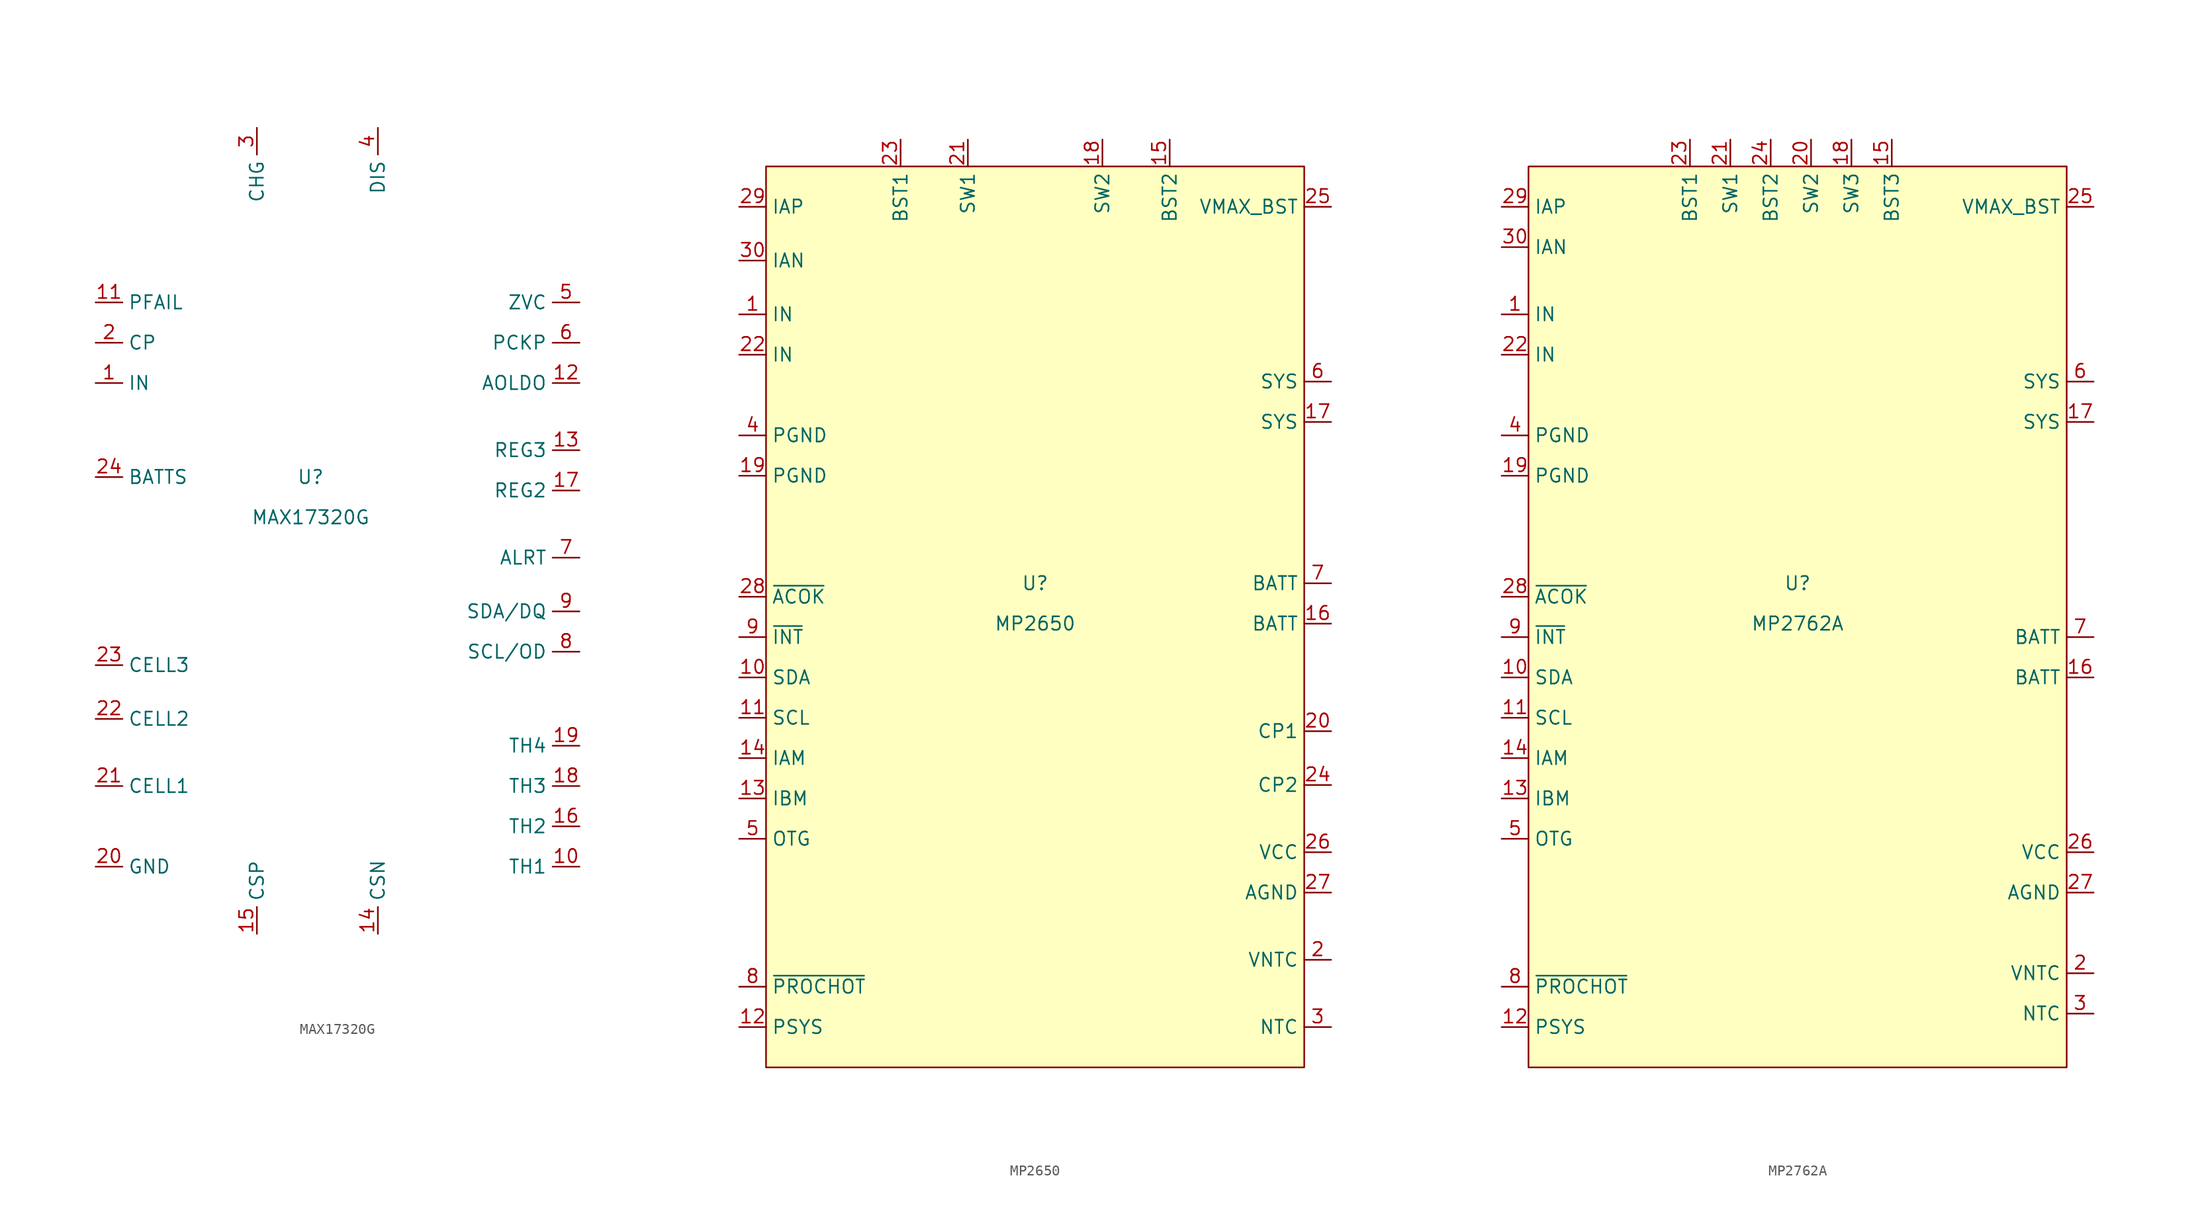
<source format=kicad_sym>
(kicad_symbol_lib
  (version 20220914)
  (generator kicad_symbol_editor)
  (symbol "MAX17320G"
    (property "Reference" "U"
      (at 0 3.81 0)
      (effects (font (size 1.27 1.27))))
    (property "Value" "MAX17320G"
      (at 0 0 0)
      (effects (font (size 1.27 1.27))))
    (symbol "MAX17320G_1_1"
      (pin power_in line (at -20.32 12.7 0) (length 2.54) (name "IN" (effects (font (size 1.27 1.27)))) (number "1" (effects (font (size 1.27 1.27)))))
      (pin input line (at 25.4 -33.02 180) (length 2.54) (name "TH1" (effects (font (size 1.27 1.27)))) (number "10" (effects (font (size 1.27 1.27)))))
      (pin input line (at -20.32 20.32 0) (length 2.54) (name "PFAIL" (effects (font (size 1.27 1.27)))) (number "11" (effects (font (size 1.27 1.27)))))
      (pin passive line (at 25.4 12.7 180) (length 2.54) (name "AOLDO" (effects (font (size 1.27 1.27)))) (number "12" (effects (font (size 1.27 1.27)))))
      (pin input line (at 25.4 6.35 180) (length 2.54) (name "REG3" (effects (font (size 1.27 1.27)))) (number "13" (effects (font (size 1.27 1.27)))))
      (pin input line (at 6.35 -39.37 90) (length 2.54) (name "CSN" (effects (font (size 1.27 1.27)))) (number "14" (effects (font (size 1.27 1.27)))))
      (pin input line (at -5.08 -39.37 90) (length 2.54) (name "CSP" (effects (font (size 1.27 1.27)))) (number "15" (effects (font (size 1.27 1.27)))))
      (pin input line (at 25.4 -29.21 180) (length 2.54) (name "TH2" (effects (font (size 1.27 1.27)))) (number "16" (effects (font (size 1.27 1.27)))))
      (pin input line (at 25.4 2.54 180) (length 2.54) (name "REG2" (effects (font (size 1.27 1.27)))) (number "17" (effects (font (size 1.27 1.27)))))
      (pin input line (at 25.4 -25.4 180) (length 2.54) (name "TH3" (effects (font (size 1.27 1.27)))) (number "18" (effects (font (size 1.27 1.27)))))
      (pin input line (at 25.4 -21.59 180) (length 2.54) (name "TH4" (effects (font (size 1.27 1.27)))) (number "19" (effects (font (size 1.27 1.27)))))
      (pin input line (at -20.32 16.51 0) (length 2.54) (name "CP" (effects (font (size 1.27 1.27)))) (number "2" (effects (font (size 1.27 1.27)))))
      (pin input line (at -20.32 -33.02 0) (length 2.54) (name "GND" (effects (font (size 1.27 1.27)))) (number "20" (effects (font (size 1.27 1.27)))))
      (pin input line (at -20.32 -25.4 0) (length 2.54) (name "CELL1" (effects (font (size 1.27 1.27)))) (number "21" (effects (font (size 1.27 1.27)))))
      (pin input line (at -20.32 -19.05 0) (length 2.54) (name "CELL2" (effects (font (size 1.27 1.27)))) (number "22" (effects (font (size 1.27 1.27)))))
      (pin input line (at -20.32 -13.97 0) (length 2.54) (name "CELL3" (effects (font (size 1.27 1.27)))) (number "23" (effects (font (size 1.27 1.27)))))
      (pin input line (at -20.32 3.81 0) (length 2.54) (name "BATTS" (effects (font (size 1.27 1.27)))) (number "24" (effects (font (size 1.27 1.27)))))
      (pin input line (at -5.08 36.83 270) (length 2.54) (name "CHG" (effects (font (size 1.27 1.27)))) (number "3" (effects (font (size 1.27 1.27)))))
      (pin input line (at 6.35 36.83 270) (length 2.54) (name "DIS" (effects (font (size 1.27 1.27)))) (number "4" (effects (font (size 1.27 1.27)))))
      (pin passive line (at 25.4 20.32 180) (length 2.54) (name "ZVC" (effects (font (size 1.27 1.27)))) (number "5" (effects (font (size 1.27 1.27)))))
      (pin passive line (at 25.4 16.51 180) (length 2.54) (name "PCKP" (effects (font (size 1.27 1.27)))) (number "6" (effects (font (size 1.27 1.27)))))
      (pin output line (at 25.4 -3.81 180) (length 2.54) (name "ALRT" (effects (font (size 1.27 1.27)))) (number "7" (effects (font (size 1.27 1.27)))))
      (pin input line (at 25.4 -12.7 180) (length 2.54) (name "SCL/OD" (effects (font (size 1.27 1.27)))) (number "8" (effects (font (size 1.27 1.27)))))
      (pin bidirectional line (at 25.4 -8.89 180) (length 2.54) (name "SDA/DQ" (effects (font (size 1.27 1.27)))) (number "9" (effects (font (size 1.27 1.27)))))))
  (symbol "MP2650"
    (property "Reference" "U"
      (at 0 2.54 0)
      (effects (font (size 1.27 1.27))))
    (property "Value" "MP2650"
      (at 0 -1.27 0)
      (effects (font (size 1.27 1.27))))
    (symbol "MP2650_0_1"
      (rectangle (start -25.4 41.91) (end 25.4 -43.18) (stroke (width 0) (type default)) (fill (type background))))
    (symbol "MP2650_1_1"
      (pin power_in line (at -27.94 27.94 0) (length 2.54) (name "IN" (effects (font (size 1.27 1.27)))) (number "1" (effects (font (size 1.27 1.27)))))
      (pin bidirectional line (at -27.94 -6.35 0) (length 2.54) (name "SDA" (effects (font (size 1.27 1.27)))) (number "10" (effects (font (size 1.27 1.27)))))
      (pin input line (at -27.94 -10.16 0) (length 2.54) (name "SCL" (effects (font (size 1.27 1.27)))) (number "11" (effects (font (size 1.27 1.27)))))
      (pin output line (at -27.94 -39.37 0) (length 2.54) (name "PSYS" (effects (font (size 1.27 1.27)))) (number "12" (effects (font (size 1.27 1.27)))))
      (pin output line (at -27.94 -17.78 0) (length 2.54) (name "IBM" (effects (font (size 1.27 1.27)))) (number "13" (effects (font (size 1.27 1.27)))))
      (pin output line (at -27.94 -13.97 0) (length 2.54) (name "IAM" (effects (font (size 1.27 1.27)))) (number "14" (effects (font (size 1.27 1.27)))))
      (pin input line (at 12.7 44.45 270) (length 2.54) (name "BST2" (effects (font (size 1.27 1.27)))) (number "15" (effects (font (size 1.27 1.27)))))
      (pin bidirectional line (at 27.94 -1.27 180) (length 2.54) (name "BATT" (effects (font (size 1.27 1.27)))) (number "16" (effects (font (size 1.27 1.27)))))
      (pin power_out line (at 27.94 17.78 180) (length 2.54) (name "SYS" (effects (font (size 1.27 1.27)))) (number "17" (effects (font (size 1.27 1.27)))))
      (pin input line (at 6.35 44.45 270) (length 2.54) (name "SW2" (effects (font (size 1.27 1.27)))) (number "18" (effects (font (size 1.27 1.27)))))
      (pin power_in line (at -27.94 12.7 0) (length 2.54) (name "PGND" (effects (font (size 1.27 1.27)))) (number "19" (effects (font (size 1.27 1.27)))))
      (pin output line (at 27.94 -33.02 180) (length 2.54) (name "VNTC" (effects (font (size 1.27 1.27)))) (number "2" (effects (font (size 1.27 1.27)))))
      (pin input line (at 27.94 -11.43 180) (length 2.54) (name "CP1" (effects (font (size 1.27 1.27)))) (number "20" (effects (font (size 1.27 1.27)))))
      (pin input line (at -6.35 44.45 270) (length 2.54) (name "SW1" (effects (font (size 1.27 1.27)))) (number "21" (effects (font (size 1.27 1.27)))))
      (pin power_in line (at -27.94 24.13 0) (length 2.54) (name "IN" (effects (font (size 1.27 1.27)))) (number "22" (effects (font (size 1.27 1.27)))))
      (pin input line (at -12.7 44.45 270) (length 2.54) (name "BST1" (effects (font (size 1.27 1.27)))) (number "23" (effects (font (size 1.27 1.27)))))
      (pin input line (at 27.94 -16.51 180) (length 2.54) (name "CP2" (effects (font (size 1.27 1.27)))) (number "24" (effects (font (size 1.27 1.27)))))
      (pin output line (at 27.94 38.1 180) (length 2.54) (name "VMAX_BST" (effects (font (size 1.27 1.27)))) (number "25" (effects (font (size 1.27 1.27)))))
      (pin power_out line (at 27.94 -22.86 180) (length 2.54) (name "VCC" (effects (font (size 1.27 1.27)))) (number "26" (effects (font (size 1.27 1.27)))))
      (pin power_in line (at 27.94 -26.67 180) (length 2.54) (name "AGND" (effects (font (size 1.27 1.27)))) (number "27" (effects (font (size 1.27 1.27)))))
      (pin input line (at -27.94 1.27 0) (length 2.54) (name "~{ACOK}" (effects (font (size 1.27 1.27)))) (number "28" (effects (font (size 1.27 1.27)))))
      (pin input line (at -27.94 38.1 0) (length 2.54) (name "IAP" (effects (font (size 1.27 1.27)))) (number "29" (effects (font (size 1.27 1.27)))))
      (pin input line (at 27.94 -39.37 180) (length 2.54) (name "NTC" (effects (font (size 1.27 1.27)))) (number "3" (effects (font (size 1.27 1.27)))))
      (pin input line (at -27.94 33.02 0) (length 2.54) (name "IAN" (effects (font (size 1.27 1.27)))) (number "30" (effects (font (size 1.27 1.27)))))
      (pin power_in line (at -27.94 16.51 0) (length 2.54) (name "PGND" (effects (font (size 1.27 1.27)))) (number "4" (effects (font (size 1.27 1.27)))))
      (pin input line (at -27.94 -21.59 0) (length 2.54) (name "OTG" (effects (font (size 1.27 1.27)))) (number "5" (effects (font (size 1.27 1.27)))))
      (pin power_out line (at 27.94 21.59 180) (length 2.54) (name "SYS" (effects (font (size 1.27 1.27)))) (number "6" (effects (font (size 1.27 1.27)))))
      (pin bidirectional line (at 27.94 2.54 180) (length 2.54) (name "BATT" (effects (font (size 1.27 1.27)))) (number "7" (effects (font (size 1.27 1.27)))))
      (pin output line (at -27.94 -35.56 0) (length 2.54) (name "~{PROCHOT}" (effects (font (size 1.27 1.27)))) (number "8" (effects (font (size 1.27 1.27)))))
      (pin output line (at -27.94 -2.54 0) (length 2.54) (name "~{INT}" (effects (font (size 1.27 1.27)))) (number "9" (effects (font (size 1.27 1.27)))))))
  (symbol "MP2762A"
    (property "Reference" "U"
      (at 0 2.54 0)
      (effects (font (size 1.27 1.27))))
    (property "Value" "MP2762A"
      (at 0 -1.27 0)
      (effects (font (size 1.27 1.27))))
    (symbol "MP2762A_0_1"
      (rectangle (start -25.4 41.91) (end 25.4 -43.18) (stroke (width 0) (type default)) (fill (type background))))
    (symbol "MP2762A_1_1"
      (pin power_in line (at -27.94 27.94 0) (length 2.54) (name "IN" (effects (font (size 1.27 1.27)))) (number "1" (effects (font (size 1.27 1.27)))))
      (pin bidirectional line (at -27.94 -6.35 0) (length 2.54) (name "SDA" (effects (font (size 1.27 1.27)))) (number "10" (effects (font (size 1.27 1.27)))))
      (pin input line (at -27.94 -10.16 0) (length 2.54) (name "SCL" (effects (font (size 1.27 1.27)))) (number "11" (effects (font (size 1.27 1.27)))))
      (pin input line (at -27.94 -39.37 0) (length 2.54) (name "PSYS" (effects (font (size 1.27 1.27)))) (number "12" (effects (font (size 1.27 1.27)))))
      (pin input line (at -27.94 -17.78 0) (length 2.54) (name "IBM" (effects (font (size 1.27 1.27)))) (number "13" (effects (font (size 1.27 1.27)))))
      (pin input line (at -27.94 -13.97 0) (length 2.54) (name "IAM" (effects (font (size 1.27 1.27)))) (number "14" (effects (font (size 1.27 1.27)))))
      (pin input line (at 8.89 44.45 270) (length 2.54) (name "BST3" (effects (font (size 1.27 1.27)))) (number "15" (effects (font (size 1.27 1.27)))))
      (pin input line (at 27.94 -6.35 180) (length 2.54) (name "BATT" (effects (font (size 1.27 1.27)))) (number "16" (effects (font (size 1.27 1.27)))))
      (pin power_out line (at 27.94 17.78 180) (length 2.54) (name "SYS" (effects (font (size 1.27 1.27)))) (number "17" (effects (font (size 1.27 1.27)))))
      (pin input line (at 5.08 44.45 270) (length 2.54) (name "SW3" (effects (font (size 1.27 1.27)))) (number "18" (effects (font (size 1.27 1.27)))))
      (pin power_in line (at -27.94 12.7 0) (length 2.54) (name "PGND" (effects (font (size 1.27 1.27)))) (number "19" (effects (font (size 1.27 1.27)))))
      (pin input line (at 27.94 -34.29 180) (length 2.54) (name "VNTC" (effects (font (size 1.27 1.27)))) (number "2" (effects (font (size 1.27 1.27)))))
      (pin input line (at 1.27 44.45 270) (length 2.54) (name "SW2" (effects (font (size 1.27 1.27)))) (number "20" (effects (font (size 1.27 1.27)))))
      (pin input line (at -6.35 44.45 270) (length 2.54) (name "SW1" (effects (font (size 1.27 1.27)))) (number "21" (effects (font (size 1.27 1.27)))))
      (pin power_in line (at -27.94 24.13 0) (length 2.54) (name "IN" (effects (font (size 1.27 1.27)))) (number "22" (effects (font (size 1.27 1.27)))))
      (pin input line (at -10.16 44.45 270) (length 2.54) (name "BST1" (effects (font (size 1.27 1.27)))) (number "23" (effects (font (size 1.27 1.27)))))
      (pin input line (at -2.54 44.45 270) (length 2.54) (name "BST2" (effects (font (size 1.27 1.27)))) (number "24" (effects (font (size 1.27 1.27)))))
      (pin input line (at 27.94 38.1 180) (length 2.54) (name "VMAX_BST" (effects (font (size 1.27 1.27)))) (number "25" (effects (font (size 1.27 1.27)))))
      (pin power_in line (at 27.94 -22.86 180) (length 2.54) (name "VCC" (effects (font (size 1.27 1.27)))) (number "26" (effects (font (size 1.27 1.27)))))
      (pin power_in line (at 27.94 -26.67 180) (length 2.54) (name "AGND" (effects (font (size 1.27 1.27)))) (number "27" (effects (font (size 1.27 1.27)))))
      (pin input line (at -27.94 1.27 0) (length 2.54) (name "~{ACOK}" (effects (font (size 1.27 1.27)))) (number "28" (effects (font (size 1.27 1.27)))))
      (pin input line (at -27.94 38.1 0) (length 2.54) (name "IAP" (effects (font (size 1.27 1.27)))) (number "29" (effects (font (size 1.27 1.27)))))
      (pin input line (at 27.94 -38.1 180) (length 2.54) (name "NTC" (effects (font (size 1.27 1.27)))) (number "3" (effects (font (size 1.27 1.27)))))
      (pin power_in line (at -27.94 34.29 0) (length 2.54) (name "IAN" (effects (font (size 1.27 1.27)))) (number "30" (effects (font (size 1.27 1.27)))))
      (pin power_in line (at -27.94 16.51 0) (length 2.54) (name "PGND" (effects (font (size 1.27 1.27)))) (number "4" (effects (font (size 1.27 1.27)))))
      (pin input line (at -27.94 -21.59 0) (length 2.54) (name "OTG" (effects (font (size 1.27 1.27)))) (number "5" (effects (font (size 1.27 1.27)))))
      (pin power_out line (at 27.94 21.59 180) (length 2.54) (name "SYS" (effects (font (size 1.27 1.27)))) (number "6" (effects (font (size 1.27 1.27)))))
      (pin input line (at 27.94 -2.54 180) (length 2.54) (name "BATT" (effects (font (size 1.27 1.27)))) (number "7" (effects (font (size 1.27 1.27)))))
      (pin input line (at -27.94 -35.56 0) (length 2.54) (name "~{PROCHOT}" (effects (font (size 1.27 1.27)))) (number "8" (effects (font (size 1.27 1.27)))))
      (pin input line (at -27.94 -2.54 0) (length 2.54) (name "~{INT}" (effects (font (size 1.27 1.27)))) (number "9" (effects (font (size 1.27 1.27))))))))
</source>
